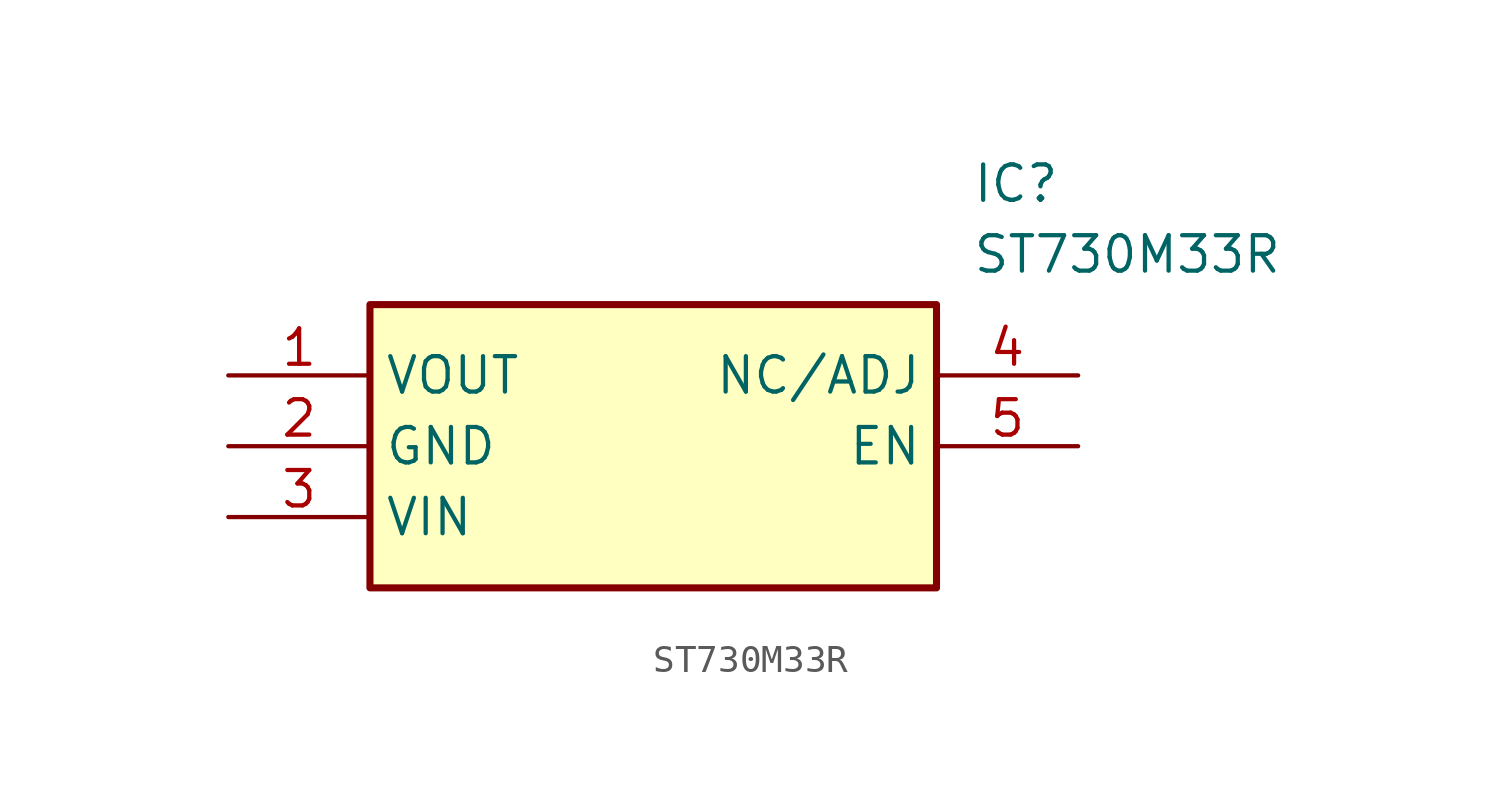
<source format=kicad_sym>
(kicad_symbol_lib
  (version 20211014)
  (generator SamacSys_ECAD_Model)
  (symbol "ST730M33R"
    (property "Reference" "IC"
      (at 26.67 7.62 0)
      (effects (font (size 1.27 1.27)) (justify left top)))
    (property "Value" "ST730M33R"
      (at 26.67 5.08 0)
      (effects (font (size 1.27 1.27)) (justify left top)))
    (rectangle
      (start 5.08 2.54)
      (end 25.4 -7.62)
      (stroke (width 0.254) (type default))
      (fill (type background)))
    (pin passive line
      (at 0 0 0)
      (length 5.08)
      (name "VOUT" (effects (font (size 1.27 1.27))))
      (number "1" (effects (font (size 1.27 1.27)))))
    (pin passive line
      (at 0 -2.54 0)
      (length 5.08)
      (name "GND" (effects (font (size 1.27 1.27))))
      (number "2" (effects (font (size 1.27 1.27)))))
    (pin passive line
      (at 0 -5.08 0)
      (length 5.08)
      (name "VIN" (effects (font (size 1.27 1.27))))
      (number "3" (effects (font (size 1.27 1.27)))))
    (pin passive line
      (at 30.48 0 180)
      (length 5.08)
      (name "NC/ADJ" (effects (font (size 1.27 1.27))))
      (number "4" (effects (font (size 1.27 1.27)))))
    (pin passive line
      (at 30.48 -2.54 180)
      (length 5.08)
      (name "EN" (effects (font (size 1.27 1.27))))
      (number "5" (effects (font (size 1.27 1.27)))))))
</source>
